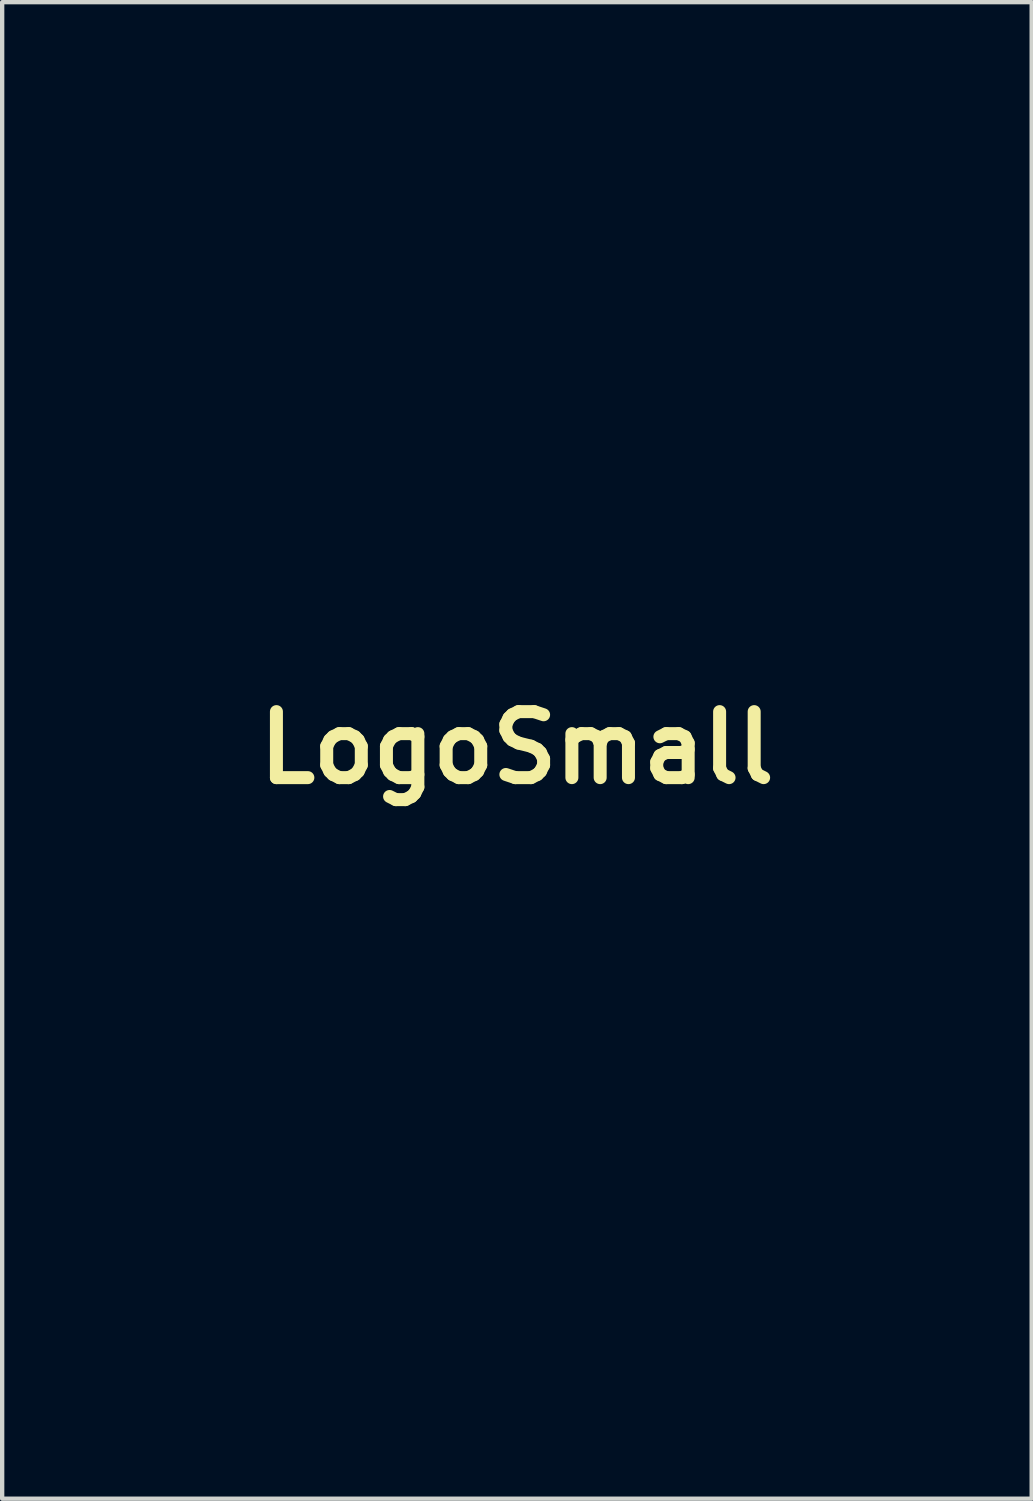
<source format=kicad_pcb>
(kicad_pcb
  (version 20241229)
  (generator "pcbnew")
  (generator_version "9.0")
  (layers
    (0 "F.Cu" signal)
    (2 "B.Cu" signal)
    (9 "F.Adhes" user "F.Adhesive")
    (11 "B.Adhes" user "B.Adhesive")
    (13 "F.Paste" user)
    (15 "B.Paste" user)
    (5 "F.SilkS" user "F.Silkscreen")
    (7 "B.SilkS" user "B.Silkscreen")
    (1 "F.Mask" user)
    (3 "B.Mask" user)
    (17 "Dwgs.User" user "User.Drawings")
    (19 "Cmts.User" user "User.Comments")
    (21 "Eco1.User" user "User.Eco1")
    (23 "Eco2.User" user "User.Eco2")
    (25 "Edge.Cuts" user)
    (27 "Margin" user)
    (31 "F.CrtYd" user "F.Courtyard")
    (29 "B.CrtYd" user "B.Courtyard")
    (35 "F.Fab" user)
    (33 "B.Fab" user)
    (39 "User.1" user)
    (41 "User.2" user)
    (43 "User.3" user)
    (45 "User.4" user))
  (footprint "LogoSmall"
    (layer "F.Cu")
    (at 8.884 14.215)
    (property "Reference" "LogoSmall" (at 0 0 0) (layer "F.SilkS") (effects (font (size 1.524 1.524) (thickness 0.3))))
    (attr through_hole)
    (fp_poly (pts (xy 2.116 -1.439) (xy 2.227 -1.21) (xy 2.364 -0.889) (xy 2.5 -0.543) (xy 2.505 -0.529) (xy 2.732 0.085) (xy 2.34 0.451) (xy 1.947 0.816) (xy 1.954 -1.736) (xy 2.116 -1.439)) (stroke (width 0.01) (type solid)) (fill yes) (layer "F.Mask"))
    (fp_poly (pts (xy -3.279 6.32) (xy -3.139 6.389) (xy -2.917 6.545) (xy -2.855 6.697) (xy -2.956 6.833) (xy -2.972 6.844) (xy -3.096 6.901) (xy -3.132 6.844) (xy -3.133 6.828) (xy -3.182 6.685) (xy -3.301 6.498) (xy -3.308 6.488) (xy -3.42 6.329) (xy -3.414 6.275) (xy -3.279 6.32)) (stroke (width 0.01) (type solid)) (fill yes) (layer "F.Mask"))
    (fp_poly (pts (xy -2.169 -3.303) (xy -2.143 -3.055) (xy -2.125 -2.649) (xy -2.117 -2.09) (xy -2.117 -1.871) (xy -2.117 -1.328) (xy -2.122 -0.923) (xy -2.136 -0.623) (xy -2.16 -0.398) (xy -2.201 -0.214) (xy -2.261 -0.041) (xy -2.345 0.154) (xy -2.367 0.204) (xy -2.504 0.476) (xy -2.63 0.674) (xy -2.721 0.758) (xy -2.727 0.758) (xy -2.865 0.719) (xy -3.083 0.626) (xy -3.175 0.581) (xy -3.711 0.265) (xy -4.131 -0.068) (xy -4.422 -0.402) (xy -4.572 -0.725) (xy -4.571 -1.019) (xy -4.372 -1.499) (xy -4.062 -1.995) (xy -3.679 -2.446) (xy -3.569 -2.552) (xy -3.281 -2.79) (xy -2.958 -3.018) (xy -2.642 -3.21) (xy -2.375 -3.342) (xy -2.204 -3.387) (xy -2.169 -3.303)) (stroke (width 0.01) (type solid)) (fill yes) (layer "F.Mask"))
    (fp_poly (pts (xy -3.283 -12.056) (xy -2.914 -11.891) (xy -2.604 -11.592) (xy -2.58 -11.561) (xy -2.469 -11.409) (xy -2.378 -11.256) (xy -2.304 -11.087) (xy -2.245 -10.883) (xy -2.2 -10.629) (xy -2.167 -10.305) (xy -2.144 -9.897) (xy -2.129 -9.385) (xy -2.121 -8.755) (xy -2.117 -7.987) (xy -2.117 -7.15) (xy -2.117 -3.829) (xy -2.399 -3.776) (xy -2.712 -3.682) (xy -3.112 -3.511) (xy -3.554 -3.289) (xy -3.989 -3.04) (xy -4.369 -2.788) (xy -4.512 -2.677) (xy -4.995 -2.284) (xy -4.994 -2.56) (xy -4.942 -3.278) (xy -4.805 -4.008) (xy -4.596 -4.693) (xy -4.33 -5.278) (xy -4.284 -5.358) (xy -3.989 -5.847) (xy -4.229 -5.676) (xy -4.457 -5.454) (xy -4.724 -5.096) (xy -5.01 -4.626) (xy -5.153 -4.36) (xy -5.33 -4.022) (xy -5.311 -7.408) (xy -5.306 -8.254) (xy -5.301 -8.948) (xy -5.295 -9.507) (xy -5.287 -9.949) (xy -5.275 -10.291) (xy -5.26 -10.55) (xy -5.239 -10.744) (xy -5.213 -10.89) (xy -5.179 -11.005) (xy -5.137 -11.107) (xy -5.09 -11.205) (xy -4.795 -11.648) (xy -4.419 -11.945) (xy -3.972 -12.092) (xy -3.751 -12.107) (xy -3.283 -12.056)) (stroke (width 0.01) (type solid)) (fill yes) (layer "F.Mask"))
    (fp_poly (pts (xy 4.144 -11.983) (xy 4.534 -11.754) (xy 4.727 -11.556) (xy 4.82 -11.432) (xy 4.899 -11.305) (xy 4.964 -11.16) (xy 5.018 -10.984) (xy 5.061 -10.762) (xy 5.095 -10.479) (xy 5.12 -10.121) (xy 5.137 -9.675) (xy 5.149 -9.124) (xy 5.155 -8.455) (xy 5.158 -7.654) (xy 5.158 -6.706) (xy 5.157 -6.102) (xy 5.155 -5.132) (xy 5.152 -4.32) (xy 5.148 -3.655) (xy 5.142 -3.126) (xy 5.135 -2.723) (xy 5.126 -2.432) (xy 5.114 -2.245) (xy 5.1 -2.149) (xy 5.082 -2.133) (xy 5.061 -2.187) (xy 5.038 -2.286) (xy 4.785 -3.237) (xy 4.428 -4.059) (xy 3.964 -4.762) (xy 3.619 -5.143) (xy 3.21 -5.546) (xy 3.506 -4.902) (xy 3.938 -3.79) (xy 4.203 -2.677) (xy 4.294 -1.841) (xy 4.311 -1.385) (xy 4.305 -1.089) (xy 4.275 -0.947) (xy 4.253 -0.931) (xy 4.14 -0.883) (xy 3.944 -0.759) (xy 3.774 -0.636) (xy 3.552 -0.483) (xy 3.417 -0.428) (xy 3.387 -0.454) (xy 3.334 -0.647) (xy 3.19 -0.937) (xy 2.973 -1.292) (xy 2.702 -1.681) (xy 2.43 -2.032) (xy 1.911 -2.667) (xy 1.937 -6.731) (xy 1.943 -7.705) (xy 1.95 -8.525) (xy 1.959 -9.206) (xy 1.972 -9.764) (xy 1.989 -10.212) (xy 2.013 -10.566) (xy 2.046 -10.842) (xy 2.088 -11.055) (xy 2.141 -11.219) (xy 2.207 -11.35) (xy 2.288 -11.463) (xy 2.384 -11.573) (xy 2.439 -11.631) (xy 2.809 -11.912) (xy 3.242 -12.064) (xy 3.7 -12.087) (xy 4.144 -11.983)) (stroke (width 0.01) (type solid)) (fill yes) (layer "F.Mask"))
    (fp_poly (pts (xy 0.147 -14.206) (xy 0.561 -14.082) (xy 0.933 -13.837) (xy 1.235 -13.471) (xy 1.394 -13.133) (xy 1.422 -13.034) (xy 1.446 -12.9) (xy 1.466 -12.717) (xy 1.482 -12.472) (xy 1.495 -12.153) (xy 1.505 -11.744) (xy 1.513 -11.234) (xy 1.518 -10.609) (xy 1.522 -9.855) (xy 1.523 -8.959) (xy 1.524 -7.907) (xy 1.524 -7.849) (xy 1.524 -2.934) (xy 1.333 -3.108) (xy 1.147 -3.25) (xy 0.912 -3.395) (xy 0.69 -3.509) (xy 0.54 -3.556) (xy 0.538 -3.556) (xy 0.551 -3.502) (xy 0.657 -3.366) (xy 0.735 -3.281) (xy 0.945 -3.04) (xy 1.173 -2.751) (xy 1.259 -2.633) (xy 1.524 -2.261) (xy 1.524 0.018) (xy 1.227 -0.244) (xy 0.998 -0.425) (xy 0.768 -0.58) (xy 0.571 -0.686) (xy 0.448 -0.723) (xy 0.424 -0.701) (xy 0.464 -0.592) (xy 0.565 -0.405) (xy 0.599 -0.348) (xy 0.818 0.069) (xy 0.982 0.495) (xy 1.073 0.878) (xy 1.084 1.099) (xy 1.059 1.301) (xy 0.995 1.372) (xy 0.839 1.351) (xy 0.762 1.331) (xy 0.466 1.29) (xy 0.156 1.295) (xy 0.145 1.297) (xy -0.085 1.307) (xy -0.224 1.243) (xy -0.307 1.138) (xy -0.448 0.983) (xy -0.678 0.79) (xy -0.882 0.644) (xy -1.245 0.329) (xy -1.449 -0.03) (xy -1.496 -0.442) (xy -1.387 -0.914) (xy -1.254 -1.215) (xy -1.149 -1.454) (xy -1.132 -1.567) (xy -1.197 -1.546) (xy -1.337 -1.379) (xy -1.351 -1.36) (xy -1.49 -1.191) (xy -1.6 -1.104) (xy -1.614 -1.101) (xy -1.644 -1.181) (xy -1.668 -1.404) (xy -1.685 -1.744) (xy -1.693 -2.175) (xy -1.693 -2.318) (xy -1.693 -3.535) (xy -1.429 -3.588) (xy -1.163 -3.624) (xy -0.857 -3.643) (xy -0.815 -3.644) (xy -0.466 -3.647) (xy -0.706 -3.778) (xy -0.948 -3.865) (xy -1.247 -3.918) (xy -1.32 -3.923) (xy -1.693 -3.937) (xy -1.693 -8.33) (xy -1.692 -9.459) (xy -1.687 -10.425) (xy -1.679 -11.232) (xy -1.667 -11.885) (xy -1.652 -12.391) (xy -1.633 -12.754) (xy -1.61 -12.979) (xy -1.597 -13.045) (xy -1.383 -13.512) (xy -1.074 -13.862) (xy -0.698 -14.095) (xy -0.282 -14.21) (xy 0.147 -14.206)) (stroke (width 0.01) (type solid)) (fill yes) (layer "F.Mask"))
    (fp_poly (pts (xy 8.805 0.127) (xy 8.805 1.086) (xy 8.803 1.994) (xy 8.801 2.837) (xy 8.798 3.6) (xy 8.795 4.269) (xy 8.79 4.832) (xy 8.786 5.274) (xy 8.78 5.581) (xy 8.775 5.738) (xy 8.772 5.757) (xy 8.717 5.692) (xy 8.694 5.642) (xy 8.603 5.566) (xy 8.386 5.445) (xy 8.076 5.294) (xy 7.705 5.13) (xy 7.691 5.124) (xy 7.188 4.905) (xy 6.648 4.657) (xy 6.101 4.394) (xy 5.576 4.131) (xy 5.102 3.883) (xy 4.71 3.665) (xy 4.427 3.492) (xy 4.333 3.425) (xy 4.352 3.344) (xy 4.43 3.165) (xy 4.481 3.06) (xy 4.566 2.83) (xy 4.626 2.545) (xy 4.66 2.243) (xy 4.666 1.967) (xy 4.642 1.757) (xy 4.586 1.654) (xy 4.551 1.653) (xy 4.417 1.683) (xy 4.17 1.726) (xy 3.875 1.77) (xy 3.483 1.851) (xy 3.164 1.965) (xy 3.049 2.031) (xy 2.884 2.118) (xy 2.808 2.09) (xy 2.812 1.972) (xy 2.887 1.787) (xy 3.022 1.558) (xy 3.209 1.308) (xy 3.438 1.063) (xy 3.641 0.883) (xy 3.912 0.664) (xy 4.216 0.43) (xy 4.522 0.205) (xy 4.795 0.015) (xy 5.004 -0.118) (xy 5.114 -0.169) (xy 5.115 -0.169) (xy 5.132 -0.089) (xy 5.147 0.131) (xy 5.157 0.463) (xy 5.164 0.878) (xy 5.165 1.143) (xy 5.17 1.691) (xy 5.186 2.098) (xy 5.212 2.356) (xy 5.248 2.455) (xy 5.251 2.455) (xy 5.351 2.397) (xy 5.42 2.217) (xy 5.458 1.902) (xy 5.467 1.441) (xy 5.449 0.825) (xy 5.449 0.819) (xy 5.394 -0.383) (xy 5.892 -0.714) (xy 6.629 -1.282) (xy 7.267 -1.934) (xy 7.654 -2.451) (xy 7.967 -2.972) (xy 8.168 -3.421) (xy 8.273 -3.835) (xy 8.296 -4.172) (xy 8.28 -4.483) (xy 8.241 -4.686) (xy 8.187 -4.765) (xy 8.127 -4.704) (xy 8.085 -4.562) (xy 7.903 -4.067) (xy 7.576 -3.543) (xy 7.118 -3.012) (xy 6.545 -2.492) (xy 6.044 -2.115) (xy 5.419 -1.683) (xy 5.42 -2.048) (xy 5.477 -2.684) (xy 5.632 -3.323) (xy 5.869 -3.916) (xy 6.169 -4.418) (xy 6.36 -4.643) (xy 6.773 -4.966) (xy 7.295 -5.231) (xy 7.871 -5.417) (xy 8.444 -5.501) (xy 8.556 -5.503) (xy 8.805 -5.503) (xy 8.805 0.127)) (stroke (width 0.01) (type solid)) (fill yes) (layer "F.Mask"))
    (fp_poly (pts (xy -6.822 -9.638) (xy -6.448 -9.464) (xy -6.146 -9.154) (xy -5.952 -8.822) (xy -5.715 -8.34) (xy -5.694 -4.741) (xy -5.672 -1.143) (xy -5.842 -1.355) (xy -6.142 -1.8) (xy -6.346 -2.284) (xy -6.468 -2.85) (xy -6.516 -3.381) (xy -6.562 -4.276) (xy -6.713 -3.852) (xy -6.887 -3.171) (xy -6.916 -2.521) (xy -6.829 -2.026) (xy -6.53 -1.294) (xy -6.077 -0.584) (xy -5.482 0.091) (xy -4.761 0.714) (xy -3.926 1.273) (xy -3.387 1.566) (xy -3.138 1.691) (xy -2.96 1.784) (xy -2.895 1.821) (xy -2.899 1.908) (xy -2.932 2.121) (xy -2.987 2.421) (xy -3.012 2.546) (xy -3.085 2.994) (xy -3.121 3.463) (xy -3.123 4.014) (xy -3.114 4.292) (xy -3.095 4.696) (xy -3.071 5.037) (xy -3.046 5.278) (xy -3.022 5.387) (xy -3.021 5.389) (xy -2.906 5.398) (xy -2.739 5.277) (xy -2.541 5.047) (xy -2.333 4.731) (xy -2.261 4.601) (xy -1.952 4.022) (xy -1.95 4.381) (xy -1.931 4.601) (xy -1.886 4.729) (xy -1.864 4.741) (xy -1.768 4.666) (xy -1.644 4.465) (xy -1.51 4.175) (xy -1.385 3.833) (xy -1.313 3.588) (xy -1.24 3.324) (xy -1.18 3.135) (xy -1.152 3.071) (xy -1.119 3.125) (xy -1.072 3.304) (xy -1.036 3.486) (xy -0.957 3.937) (xy -0.692 3.372) (xy -0.55 3.035) (xy -0.434 2.705) (xy -0.372 2.462) (xy -0.314 2.213) (xy -0.247 2.132) (xy -0.177 2.22) (xy -0.107 2.476) (xy -0.107 2.477) (xy -0.034 2.836) (xy 0.215 2.204) (xy 0.337 1.913) (xy 0.423 1.756) (xy 0.478 1.74) (xy 0.505 1.872) (xy 0.51 2.159) (xy 0.495 2.606) (xy 0.492 2.662) (xy 0.423 3.287) (xy 0.265 3.846) (xy -0.004 4.393) (xy -0.304 4.848) (xy -0.45 5.06) (xy -0.532 5.199) (xy -0.536 5.234) (xy -0.005 4.975) (xy 0.395 4.773) (xy 0.691 4.617) (xy 0.906 4.492) (xy 1.064 4.385) (xy 1.167 4.302) (xy 1.467 4.116) (xy 1.707 4.064) (xy 1.918 4.101) (xy 2.159 4.195) (xy 2.377 4.316) (xy 2.516 4.436) (xy 2.54 4.493) (xy 2.609 4.571) (xy 2.786 4.691) (xy 2.942 4.778) (xy 3.344 4.987) (xy 2.851 4.991) (xy 2.48 4.969) (xy 2.179 4.878) (xy 1.986 4.777) (xy 1.7 4.64) (xy 1.523 4.629) (xy 1.458 4.741) (xy 1.475 4.873) (xy 1.484 4.981) (xy 1.43 5.076) (xy 1.286 5.185) (xy 1.024 5.333) (xy 0.927 5.384) (xy 0.379 5.726) (xy -0.01 6.09) (xy -0.238 6.468) (xy -0.303 6.856) (xy -0.203 7.248) (xy 0.064 7.638) (xy 0.16 7.738) (xy 0.487 8.057) (xy 0.542 7.762) (xy 0.614 7.533) (xy 0.713 7.372) (xy 0.722 7.364) (xy 0.828 7.223) (xy 0.847 7.15) (xy 0.901 7.029) (xy 1.04 6.841) (xy 1.143 6.725) (xy 1.33 6.54) (xy 1.479 6.456) (xy 1.661 6.446) (xy 1.834 6.466) (xy 2.14 6.535) (xy 2.495 6.652) (xy 2.702 6.739) (xy 2.959 6.845) (xy 3.211 6.914) (xy 3.512 6.955) (xy 3.913 6.978) (xy 4.064 6.982) (xy 4.523 7.003) (xy 4.873 7.043) (xy 5.173 7.113) (xy 5.483 7.221) (xy 5.525 7.238) (xy 6.098 7.469) (xy 7.355 7.319) (xy 7.808 7.27) (xy 8.209 7.236) (xy 8.525 7.218) (xy 8.721 7.219) (xy 8.761 7.227) (xy 8.824 7.265) (xy 8.863 7.343) (xy 8.881 7.491) (xy 8.879 7.737) (xy 8.862 8.111) (xy 8.852 8.277) (xy 8.817 8.759) (xy 8.772 9.117) (xy 8.709 9.394) (xy 8.619 9.635) (xy 8.588 9.703) (xy 8.474 9.965) (xy 8.399 10.18) (xy 8.382 10.269) (xy 8.319 10.391) (xy 8.169 10.548) (xy 7.991 10.685) (xy 7.844 10.752) (xy 7.833 10.753) (xy 7.714 10.808) (xy 7.514 10.951) (xy 7.271 11.15) (xy 7.023 11.371) (xy 6.807 11.582) (xy 6.661 11.75) (xy 6.632 11.797) (xy 6.381 12.172) (xy 6.039 12.542) (xy 5.651 12.864) (xy 5.265 13.096) (xy 5.089 13.165) (xy 4.945 13.191) (xy 4.913 13.114) (xy 4.928 13.014) (xy 4.942 12.907) (xy 4.91 12.878) (xy 4.807 12.937) (xy 4.605 13.091) (xy 4.537 13.144) (xy 4.102 13.45) (xy 3.663 13.689) (xy 3.262 13.84) (xy 2.979 13.885) (xy 2.791 13.87) (xy 2.733 13.809) (xy 2.749 13.723) (xy 2.752 13.657) (xy 2.686 13.65) (xy 2.526 13.71) (xy 2.249 13.844) (xy 2.132 13.903) (xy 1.737 14.091) (xy 1.41 14.205) (xy 1.078 14.267) (xy 0.846 14.289) (xy 0.229 14.333) (xy 0.283 14.12) (xy 0.337 13.906) (xy -0.063 13.992) (xy -0.461 14.025) (xy -0.942 13.987) (xy -1.439 13.888) (xy -1.843 13.754) (xy -2.016 13.673) (xy -2.082 13.588) (xy -2.057 13.444) (xy -1.979 13.246) (xy -2.037 13.197) (xy -2.257 13.169) (xy -2.601 13.162) (xy -3.027 13.159) (xy -3.302 13.135) (xy -3.444 13.077) (xy -3.472 12.971) (xy -3.404 12.802) (xy -3.303 12.63) (xy -3.149 12.346) (xy -3.072 12.085) (xy -3.048 11.761) (xy -3.048 11.684) (xy -2.99 11.047) (xy -2.812 10.519) (xy -2.504 10.086) (xy -2.059 9.731) (xy -1.995 9.693) (xy -1.791 9.582) (xy -1.62 9.527) (xy -1.421 9.519) (xy -1.133 9.551) (xy -1.041 9.564) (xy -0.611 9.602) (xy -0.225 9.595) (xy -0.077 9.574) (xy 0.103 9.531) (xy 0.152 9.5) (xy 0.111 9.492) (xy -0.082 9.451) (xy -0.122 9.383) (xy -0.013 9.326) (xy 0.126 9.313) (xy 0.368 9.283) (xy 0.618 9.208) (xy 0.823 9.108) (xy 0.927 9.008) (xy 0.931 8.988) (xy 0.87 8.883) (xy 0.706 8.698) (xy 0.466 8.457) (xy 0.179 8.186) (xy -0.128 7.911) (xy -0.425 7.657) (xy -0.686 7.451) (xy -0.882 7.317) (xy -0.929 7.292) (xy -1.26 7.078) (xy -1.571 6.758) (xy -1.598 6.723) (xy -2.009 6.304) (xy -2.5 6.009) (xy -3.036 5.858) (xy -3.279 5.842) (xy -3.517 5.836) (xy -3.693 5.8) (xy -3.858 5.713) (xy -4.059 5.549) (xy -4.255 5.37) (xy -4.575 5.085) (xy -4.93 4.785) (xy -5.296 4.491) (xy -5.647 4.221) (xy -5.957 3.995) (xy -6.2 3.833) (xy -6.352 3.753) (xy -6.383 3.749) (xy -6.473 3.833) (xy -6.614 4.021) (xy -6.752 4.235) (xy -6.943 4.602) (xy -7.021 4.918) (xy -6.985 5.228) (xy -6.831 5.578) (xy -6.648 5.877) (xy -6.392 6.309) (xy -6.243 6.678) (xy -6.186 7.04) (xy -6.203 7.42) (xy -6.273 7.681) (xy -6.406 7.945) (xy -6.569 8.162) (xy -6.731 8.286) (xy -6.786 8.297) (xy -6.884 8.246) (xy -7.056 8.116) (xy -7.151 8.035) (xy -7.354 7.821) (xy -7.44 7.617) (xy -7.451 7.484) (xy -7.481 7.281) (xy -7.553 7.197) (xy -7.639 7.252) (xy -7.673 7.322) (xy -7.753 7.403) (xy -7.878 7.364) (xy -8.034 7.336) (xy -8.122 7.442) (xy -8.143 7.661) (xy -8.096 7.97) (xy -7.981 8.348) (xy -7.874 8.613) (xy -7.745 8.845) (xy -7.63 8.934) (xy -7.603 8.93) (xy -7.504 8.982) (xy -7.357 9.194) (xy -7.162 9.562) (xy -7.156 9.574) (xy -7.009 9.857) (xy -6.81 10.209) (xy -6.584 10.593) (xy -6.354 10.97) (xy -6.141 11.304) (xy -5.968 11.557) (xy -5.874 11.678) (xy -5.806 11.648) (xy -5.728 11.56) (xy -5.664 11.495) (xy -5.601 11.511) (xy -5.518 11.631) (xy -5.395 11.878) (xy -5.352 11.968) (xy -5.218 12.241) (xy -5.108 12.441) (xy -5.044 12.529) (xy -5.039 12.531) (xy -4.975 12.462) (xy -4.916 12.34) (xy -4.858 12.209) (xy -4.818 12.23) (xy -4.786 12.319) (xy -4.713 12.513) (xy -4.613 12.755) (xy -4.605 12.774) (xy -4.53 12.965) (xy -4.503 13.073) (xy -4.505 13.08) (xy -4.617 13.085) (xy -4.847 13.043) (xy -5.151 12.964) (xy -5.49 12.862) (xy -5.821 12.747) (xy -6.104 12.632) (xy -6.139 12.615) (xy -6.815 12.202) (xy -7.394 11.655) (xy -7.877 10.971) (xy -8.265 10.15) (xy -8.558 9.19) (xy -8.758 8.09) (xy -8.802 7.701) (xy -8.822 7.43) (xy -8.838 7.031) (xy -8.852 6.5) (xy -8.863 5.832) (xy -8.871 5.021) (xy -8.877 4.064) (xy -8.879 2.956) (xy -8.879 1.691) (xy -8.877 0.264) (xy -8.874 -0.804) (xy -8.848 -8.34) (xy -8.636 -8.759) (xy -8.447 -9.057) (xy -8.211 -9.335) (xy -8.101 -9.435) (xy -7.875 -9.591) (xy -7.658 -9.668) (xy -7.369 -9.691) (xy -7.296 -9.692) (xy -6.822 -9.638)) (stroke (width 0.01) (type solid)) (fill yes) (layer "F.Mask")))
  (gr_rect
    (start -3 -3)
    (end 20.77 31.553)
    (stroke (width 0.1) (type default))
    (fill no)
    (layer "Edge.Cuts")))
</source>
